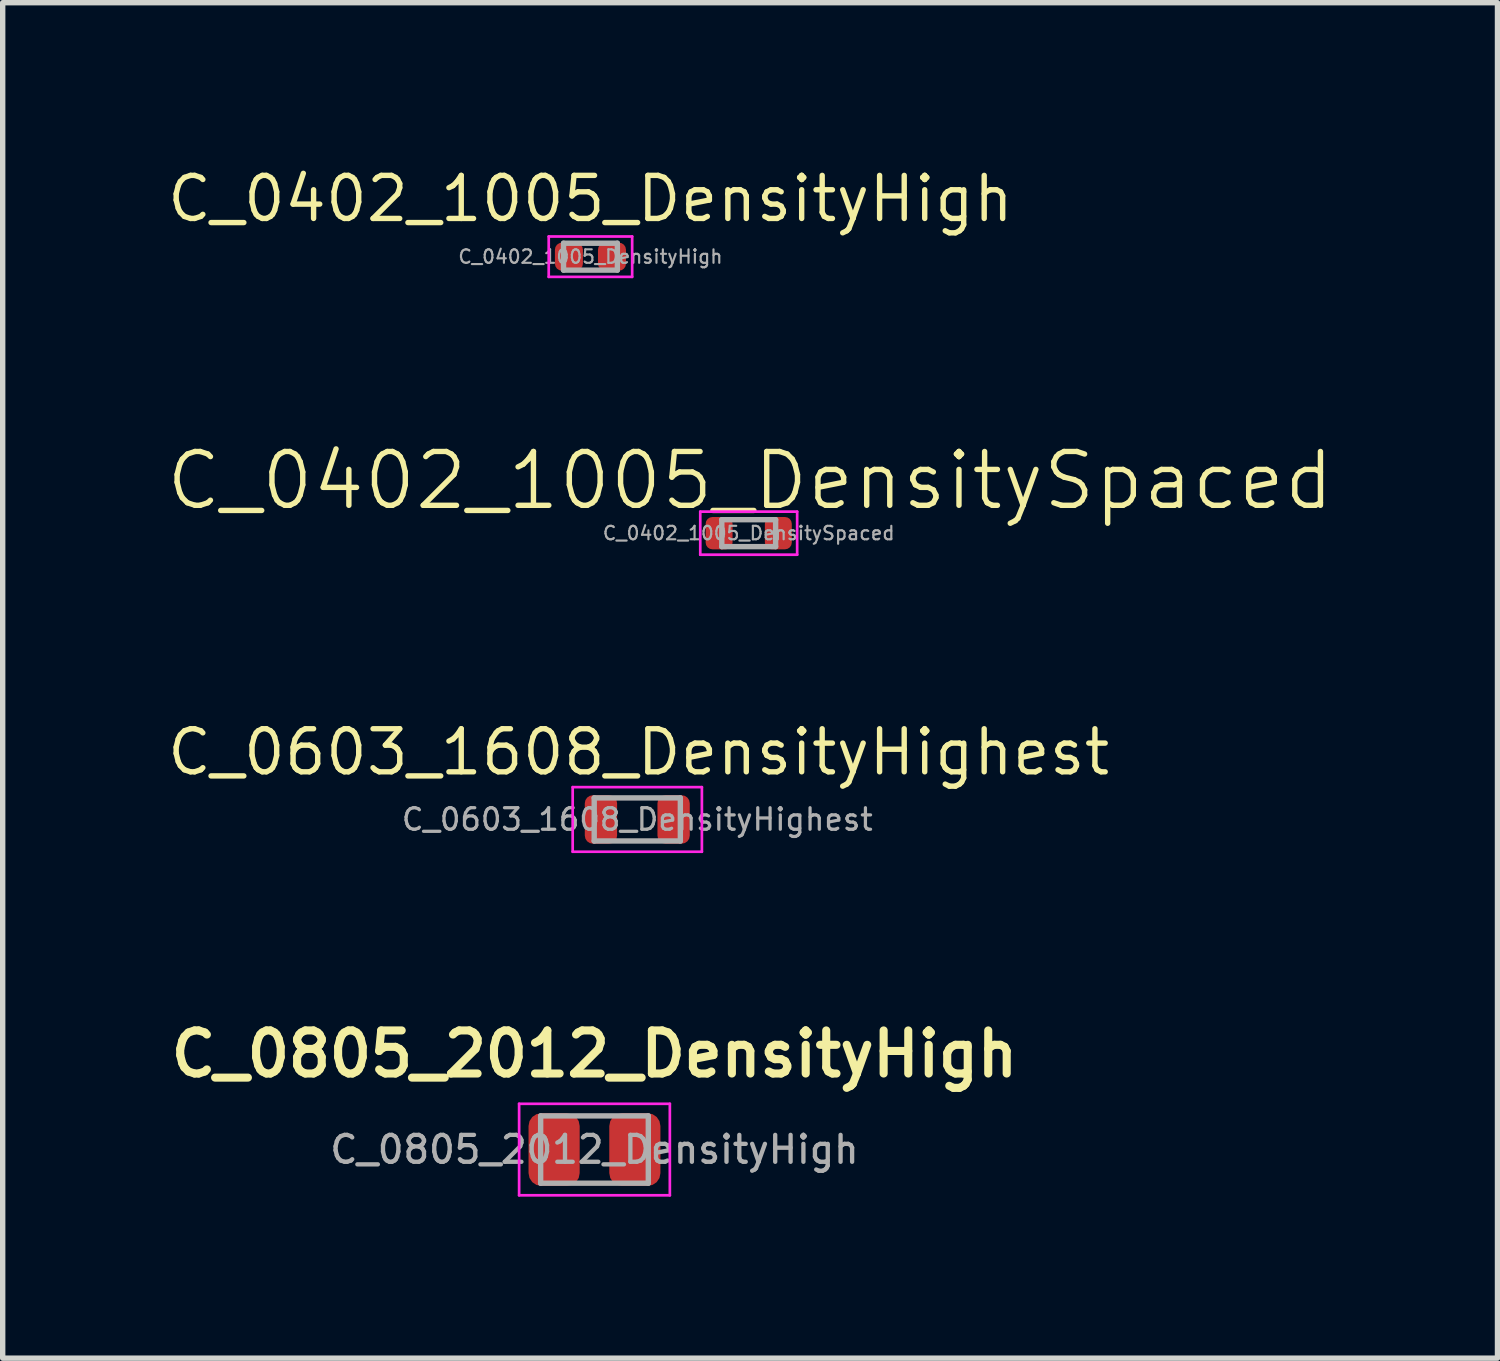
<source format=kicad_pcb>
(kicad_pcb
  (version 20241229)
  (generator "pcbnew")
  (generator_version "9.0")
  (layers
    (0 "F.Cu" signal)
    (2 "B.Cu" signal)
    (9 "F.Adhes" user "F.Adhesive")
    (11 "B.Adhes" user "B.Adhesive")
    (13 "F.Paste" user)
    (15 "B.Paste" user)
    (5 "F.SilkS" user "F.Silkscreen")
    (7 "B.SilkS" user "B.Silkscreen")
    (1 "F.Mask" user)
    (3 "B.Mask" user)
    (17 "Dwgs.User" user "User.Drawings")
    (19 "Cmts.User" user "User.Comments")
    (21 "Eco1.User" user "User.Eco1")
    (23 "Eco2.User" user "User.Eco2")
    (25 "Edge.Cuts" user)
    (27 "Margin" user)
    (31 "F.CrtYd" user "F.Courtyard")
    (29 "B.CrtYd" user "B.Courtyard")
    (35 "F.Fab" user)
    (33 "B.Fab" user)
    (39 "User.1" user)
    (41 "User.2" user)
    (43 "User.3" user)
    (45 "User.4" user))
  (footprint "C_0402_1005_DensitySpaced"
    (layer "F.Cu")
    (at 10.858 6.854)
    (property "Reference" "C_0402_1005_DensitySpaced" (at 0.025 -0.975 0) (unlocked yes) (layer "F.SilkS") (effects (font (size 1 1) (thickness 0.1))))
    (attr smd)
    (fp_line (start -0.9 -0.4) (end 0.9 -0.4) (stroke (width 0.05) (type solid)) (layer "F.CrtYd"))
    (fp_line (start -0.9 0.4) (end -0.9 -0.4) (stroke (width 0.05) (type solid)) (layer "F.CrtYd"))
    (fp_line (start 0.9 -0.4) (end 0.9 0.4) (stroke (width 0.05) (type solid)) (layer "F.CrtYd"))
    (fp_line (start 0.9 0.4) (end -0.9 0.4) (stroke (width 0.05) (type solid)) (layer "F.CrtYd"))
    (fp_line (start -0.5 -0.25) (end 0.5 -0.25) (stroke (width 0.1) (type solid)) (layer "F.Fab"))
    (fp_line (start -0.5 0.25) (end -0.5 -0.25) (stroke (width 0.1) (type solid)) (layer "F.Fab"))
    (fp_line (start 0.5 -0.25) (end 0.5 0.25) (stroke (width 0.1) (type solid)) (layer "F.Fab"))
    (fp_line (start 0.5 0.25) (end -0.5 0.25) (stroke (width 0.1) (type solid)) (layer "F.Fab"))
    (fp_text user "${REFERENCE}" (at 0 0 0) (layer "F.Fab") (effects (font (size 0.25 0.25) (thickness 0.04))))
    (pad "1" smd roundrect (at -0.55 0) (size 0.5 0.6) (layers "F.Cu" "F.Mask" "F.Paste") (roundrect_rratio 0.25))
    (pad "2" smd roundrect (at 0.55 0) (size 0.5 0.6) (layers "F.Cu" "F.Mask" "F.Paste") (roundrect_rratio 0.25)))
  (footprint "C_0805_2012_DensityHigh"
    (layer "F.Cu")
    (at 7.993 18.304)
    (property "Reference" "C_0805_2012_DensityHigh" (at 0 -1.775 0) (unlocked yes) (layer "F.SilkS") (effects (font (size 0.8 0.8) (thickness 0.15) (bold yes))))
    (attr smd)
    (fp_line (start -1.4 -0.85) (end 1.4 -0.85) (stroke (width 0.05) (type solid)) (layer "F.CrtYd"))
    (fp_line (start -1.4 0.85) (end -1.4 -0.85) (stroke (width 0.05) (type solid)) (layer "F.CrtYd"))
    (fp_line (start 1.4 -0.85) (end 1.4 0.85) (stroke (width 0.05) (type solid)) (layer "F.CrtYd"))
    (fp_line (start 1.4 0.85) (end -1.4 0.85) (stroke (width 0.05) (type solid)) (layer "F.CrtYd"))
    (fp_line (start -1 -0.625) (end 1 -0.625) (stroke (width 0.1) (type solid)) (layer "F.Fab"))
    (fp_line (start -1 0.625) (end -1 -0.625) (stroke (width 0.1) (type solid)) (layer "F.Fab"))
    (fp_line (start 1 -0.625) (end 1 0.625) (stroke (width 0.1) (type solid)) (layer "F.Fab"))
    (fp_line (start 1 0.625) (end -1 0.625) (stroke (width 0.1) (type solid)) (layer "F.Fab"))
    (fp_text user "${REFERENCE}" (at 0 0 0) (layer "F.Fab") (effects (font (size 0.5 0.5) (thickness 0.08))))
    (pad "1" smd roundrect (at -0.75 0) (size 0.95 1.35) (layers "F.Cu" "F.Mask" "F.Paste") (roundrect_rratio 0.25))
    (pad "2" smd roundrect (at 0.75 0) (size 0.95 1.35) (layers "F.Cu" "F.Mask" "F.Paste") (roundrect_rratio 0.25)))
  (footprint "C_0603_1608_DensityHighest"
    (layer "F.Cu")
    (at 8.788 12.172)
    (property "Reference" "C_0603_1608_DensityHighest" (at 0.025 -1.25 0) (unlocked yes) (layer "F.SilkS") (effects (font (size 0.8 0.8) (thickness 0.1))))
    (attr smd)
    (fp_line (start -1.2 -0.6) (end 1.2 -0.6) (stroke (width 0.05) (type solid)) (layer "F.CrtYd"))
    (fp_line (start -1.2 0.6) (end -1.2 -0.6) (stroke (width 0.05) (type solid)) (layer "F.CrtYd"))
    (fp_line (start 1.2 -0.6) (end 1.2 0.6) (stroke (width 0.05) (type solid)) (layer "F.CrtYd"))
    (fp_line (start 1.2 0.6) (end -1.2 0.6) (stroke (width 0.05) (type solid)) (layer "F.CrtYd"))
    (fp_line (start -0.8 -0.4) (end 0.8 -0.4) (stroke (width 0.1) (type solid)) (layer "F.Fab"))
    (fp_line (start -0.8 0.4) (end -0.8 -0.4) (stroke (width 0.1) (type solid)) (layer "F.Fab"))
    (fp_line (start 0.8 -0.4) (end 0.8 0.4) (stroke (width 0.1) (type solid)) (layer "F.Fab"))
    (fp_line (start 0.8 0.4) (end -0.8 0.4) (stroke (width 0.1) (type solid)) (layer "F.Fab"))
    (fp_text user "${REFERENCE}" (at 0 0 0) (layer "F.Fab") (effects (font (size 0.4 0.4) (thickness 0.06))))
    (pad "1" smd roundrect (at -0.675 0) (size 0.6 0.9) (layers "F.Cu" "F.Mask" "F.Paste") (roundrect_rratio 0.25))
    (pad "2" smd roundrect (at 0.675 0) (size 0.6 0.9) (layers "F.Cu" "F.Mask" "F.Paste") (roundrect_rratio 0.25)))
  (footprint "C_0402_1005_DensityHigh"
    (layer "F.Cu")
    (at 7.918 1.718)
    (property "Reference" "C_0402_1005_DensityHigh" (at 0 -1.075 0) (unlocked yes) (layer "F.SilkS") (effects (font (size 0.8 0.8) (thickness 0.1))))
    (attr smd)
    (fp_line (start -0.775 -0.375) (end 0.775 -0.375) (stroke (width 0.05) (type solid)) (layer "F.CrtYd"))
    (fp_line (start -0.775 0.375) (end -0.775 -0.375) (stroke (width 0.05) (type solid)) (layer "F.CrtYd"))
    (fp_line (start 0.775 -0.375) (end 0.775 0.375) (stroke (width 0.05) (type solid)) (layer "F.CrtYd"))
    (fp_line (start 0.775 0.375) (end -0.775 0.375) (stroke (width 0.05) (type solid)) (layer "F.CrtYd"))
    (fp_line (start -0.5 -0.25) (end 0.5 -0.25) (stroke (width 0.1) (type solid)) (layer "F.Fab"))
    (fp_line (start -0.5 0.25) (end -0.5 -0.25) (stroke (width 0.1) (type solid)) (layer "F.Fab"))
    (fp_line (start 0.5 -0.25) (end 0.5 0.25) (stroke (width 0.1) (type solid)) (layer "F.Fab"))
    (fp_line (start 0.5 0.25) (end -0.5 0.25) (stroke (width 0.1) (type solid)) (layer "F.Fab"))
    (fp_text user "${REFERENCE}" (at 0 0 0) (layer "F.Fab") (effects (font (size 0.25 0.25) (thickness 0.04))))
    (pad "1" smd roundrect (at -0.4 0) (size 0.52 0.52) (layers "F.Cu" "F.Mask" "F.Paste") (roundrect_rratio 0.25))
    (pad "2" smd roundrect (at 0.4 0) (size 0.52 0.52) (layers "F.Cu" "F.Mask" "F.Paste") (roundrect_rratio 0.25)))
  (gr_rect
    (start -3 -3)
    (end 24.767 22.179)
    (stroke (width 0.1) (type default))
    (fill no)
    (layer "Edge.Cuts")))
</source>
